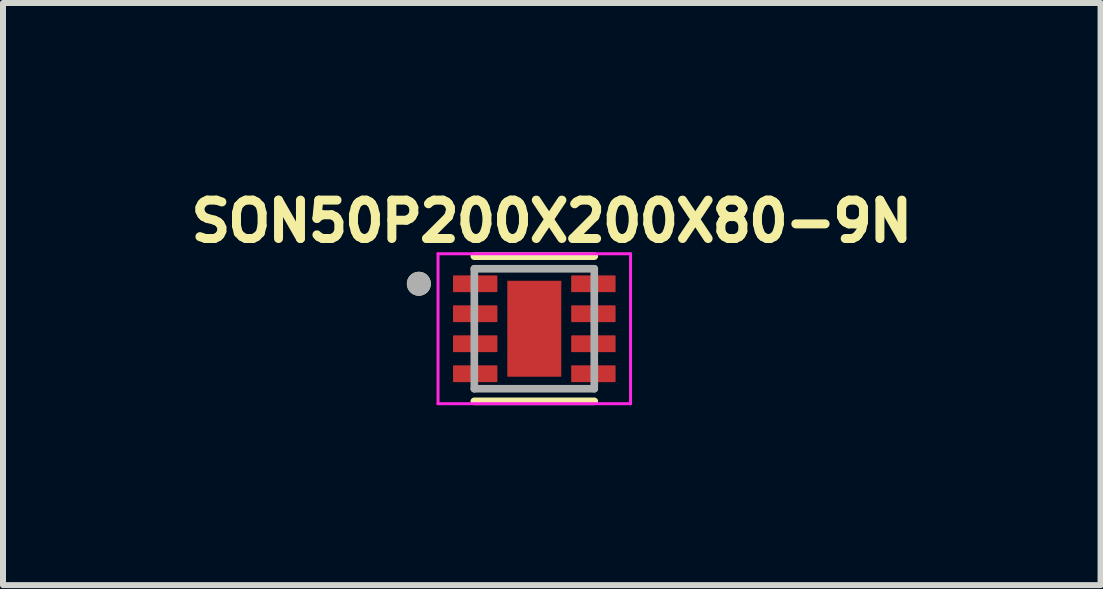
<source format=kicad_pcb>
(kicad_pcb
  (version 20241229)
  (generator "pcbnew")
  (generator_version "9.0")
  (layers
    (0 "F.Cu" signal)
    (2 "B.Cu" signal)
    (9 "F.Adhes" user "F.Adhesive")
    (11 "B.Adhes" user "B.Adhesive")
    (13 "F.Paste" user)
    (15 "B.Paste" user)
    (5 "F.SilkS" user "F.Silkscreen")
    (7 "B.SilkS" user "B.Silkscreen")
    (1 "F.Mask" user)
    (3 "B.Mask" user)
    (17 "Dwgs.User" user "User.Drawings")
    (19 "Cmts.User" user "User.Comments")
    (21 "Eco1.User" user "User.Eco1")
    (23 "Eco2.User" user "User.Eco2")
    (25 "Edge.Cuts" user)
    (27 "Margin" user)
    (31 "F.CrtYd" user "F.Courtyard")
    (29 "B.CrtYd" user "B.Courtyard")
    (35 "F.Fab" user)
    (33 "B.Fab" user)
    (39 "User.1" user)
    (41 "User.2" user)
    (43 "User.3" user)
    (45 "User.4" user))
  (footprint "SON50P200X200X80-9N"
    (layer "F.Cu")
    (at 5.858 2.431)
    (property "Reference" "SON50P200X200X80-9N" (at 0.292 -1.793 0) (layer "F.SilkS") (effects (font (size 0.64 0.64) (thickness 0.15))))
    (attr through_hole)
    (fp_line (start -1 -1.21) (end 1 -1.21) (stroke (width 0.127) (type solid)) (layer "F.SilkS"))
    (fp_line (start -1 1.21) (end 1 1.21) (stroke (width 0.127) (type solid)) (layer "F.SilkS"))
    (fp_circle (center -1.925 -0.75) (end -1.825 -0.75) (stroke (width 0.2) (type solid)) (fill no) (layer "F.SilkS"))
    (fp_poly (pts (xy -0.28 -0.51) (xy 0.28 -0.51) (xy 0.28 0.51) (xy -0.28 0.51)) (stroke (width 0.01) (type solid)) (fill yes) (layer "F.Paste"))
    (fp_line (start -1.605 -1.25) (end -1.605 1.25) (stroke (width 0.05) (type solid)) (layer "F.CrtYd"))
    (fp_line (start -1.605 -1.25) (end 1.605 -1.25) (stroke (width 0.05) (type solid)) (layer "F.CrtYd"))
    (fp_line (start -1.605 1.25) (end 1.605 1.25) (stroke (width 0.05) (type solid)) (layer "F.CrtYd"))
    (fp_line (start 1.605 -1.25) (end 1.605 1.25) (stroke (width 0.05) (type solid)) (layer "F.CrtYd"))
    (fp_line (start -1 -1) (end -1 1) (stroke (width 0.127) (type solid)) (layer "F.Fab"))
    (fp_line (start -1 -1) (end 1 -1) (stroke (width 0.127) (type solid)) (layer "F.Fab"))
    (fp_line (start -1 1) (end 1 1) (stroke (width 0.127) (type solid)) (layer "F.Fab"))
    (fp_line (start 1 -1) (end 1 1) (stroke (width 0.127) (type solid)) (layer "F.Fab"))
    (fp_circle (center -1.925 -0.75) (end -1.825 -0.75) (stroke (width 0.2) (type solid)) (fill no) (layer "F.Fab"))
    (pad "1" smd roundrect (at -0.985 -0.75) (size 0.74 0.28) (layers "F.Cu" "F.Mask" "F.Paste") (roundrect_rratio 0.04))
    (pad "2" smd roundrect (at -0.985 -0.25) (size 0.74 0.28) (layers "F.Cu" "F.Mask" "F.Paste") (roundrect_rratio 0.04))
    (pad "3" smd roundrect (at -0.985 0.25) (size 0.74 0.28) (layers "F.Cu" "F.Mask" "F.Paste") (roundrect_rratio 0.04))
    (pad "4" smd roundrect (at -0.985 0.75) (size 0.74 0.28) (layers "F.Cu" "F.Mask" "F.Paste") (roundrect_rratio 0.04))
    (pad "5" smd roundrect (at 0.985 0.75) (size 0.74 0.28) (layers "F.Cu" "F.Mask" "F.Paste") (roundrect_rratio 0.04))
    (pad "6" smd roundrect (at 0.985 0.25) (size 0.74 0.28) (layers "F.Cu" "F.Mask" "F.Paste") (roundrect_rratio 0.04))
    (pad "7" smd roundrect (at 0.985 -0.25) (size 0.74 0.28) (layers "F.Cu" "F.Mask" "F.Paste") (roundrect_rratio 0.04))
    (pad "8" smd roundrect (at 0.985 -0.75) (size 0.74 0.28) (layers "F.Cu" "F.Mask" "F.Paste") (roundrect_rratio 0.04))
    (pad "9" smd rect (at 0 0) (size 0.9 1.6) (layers "F.Cu" "F.Mask")))
  (gr_rect
    (start -3 -3)
    (end 15.299 6.706)
    (stroke (width 0.1) (type default))
    (fill no)
    (layer "Edge.Cuts")))
</source>
